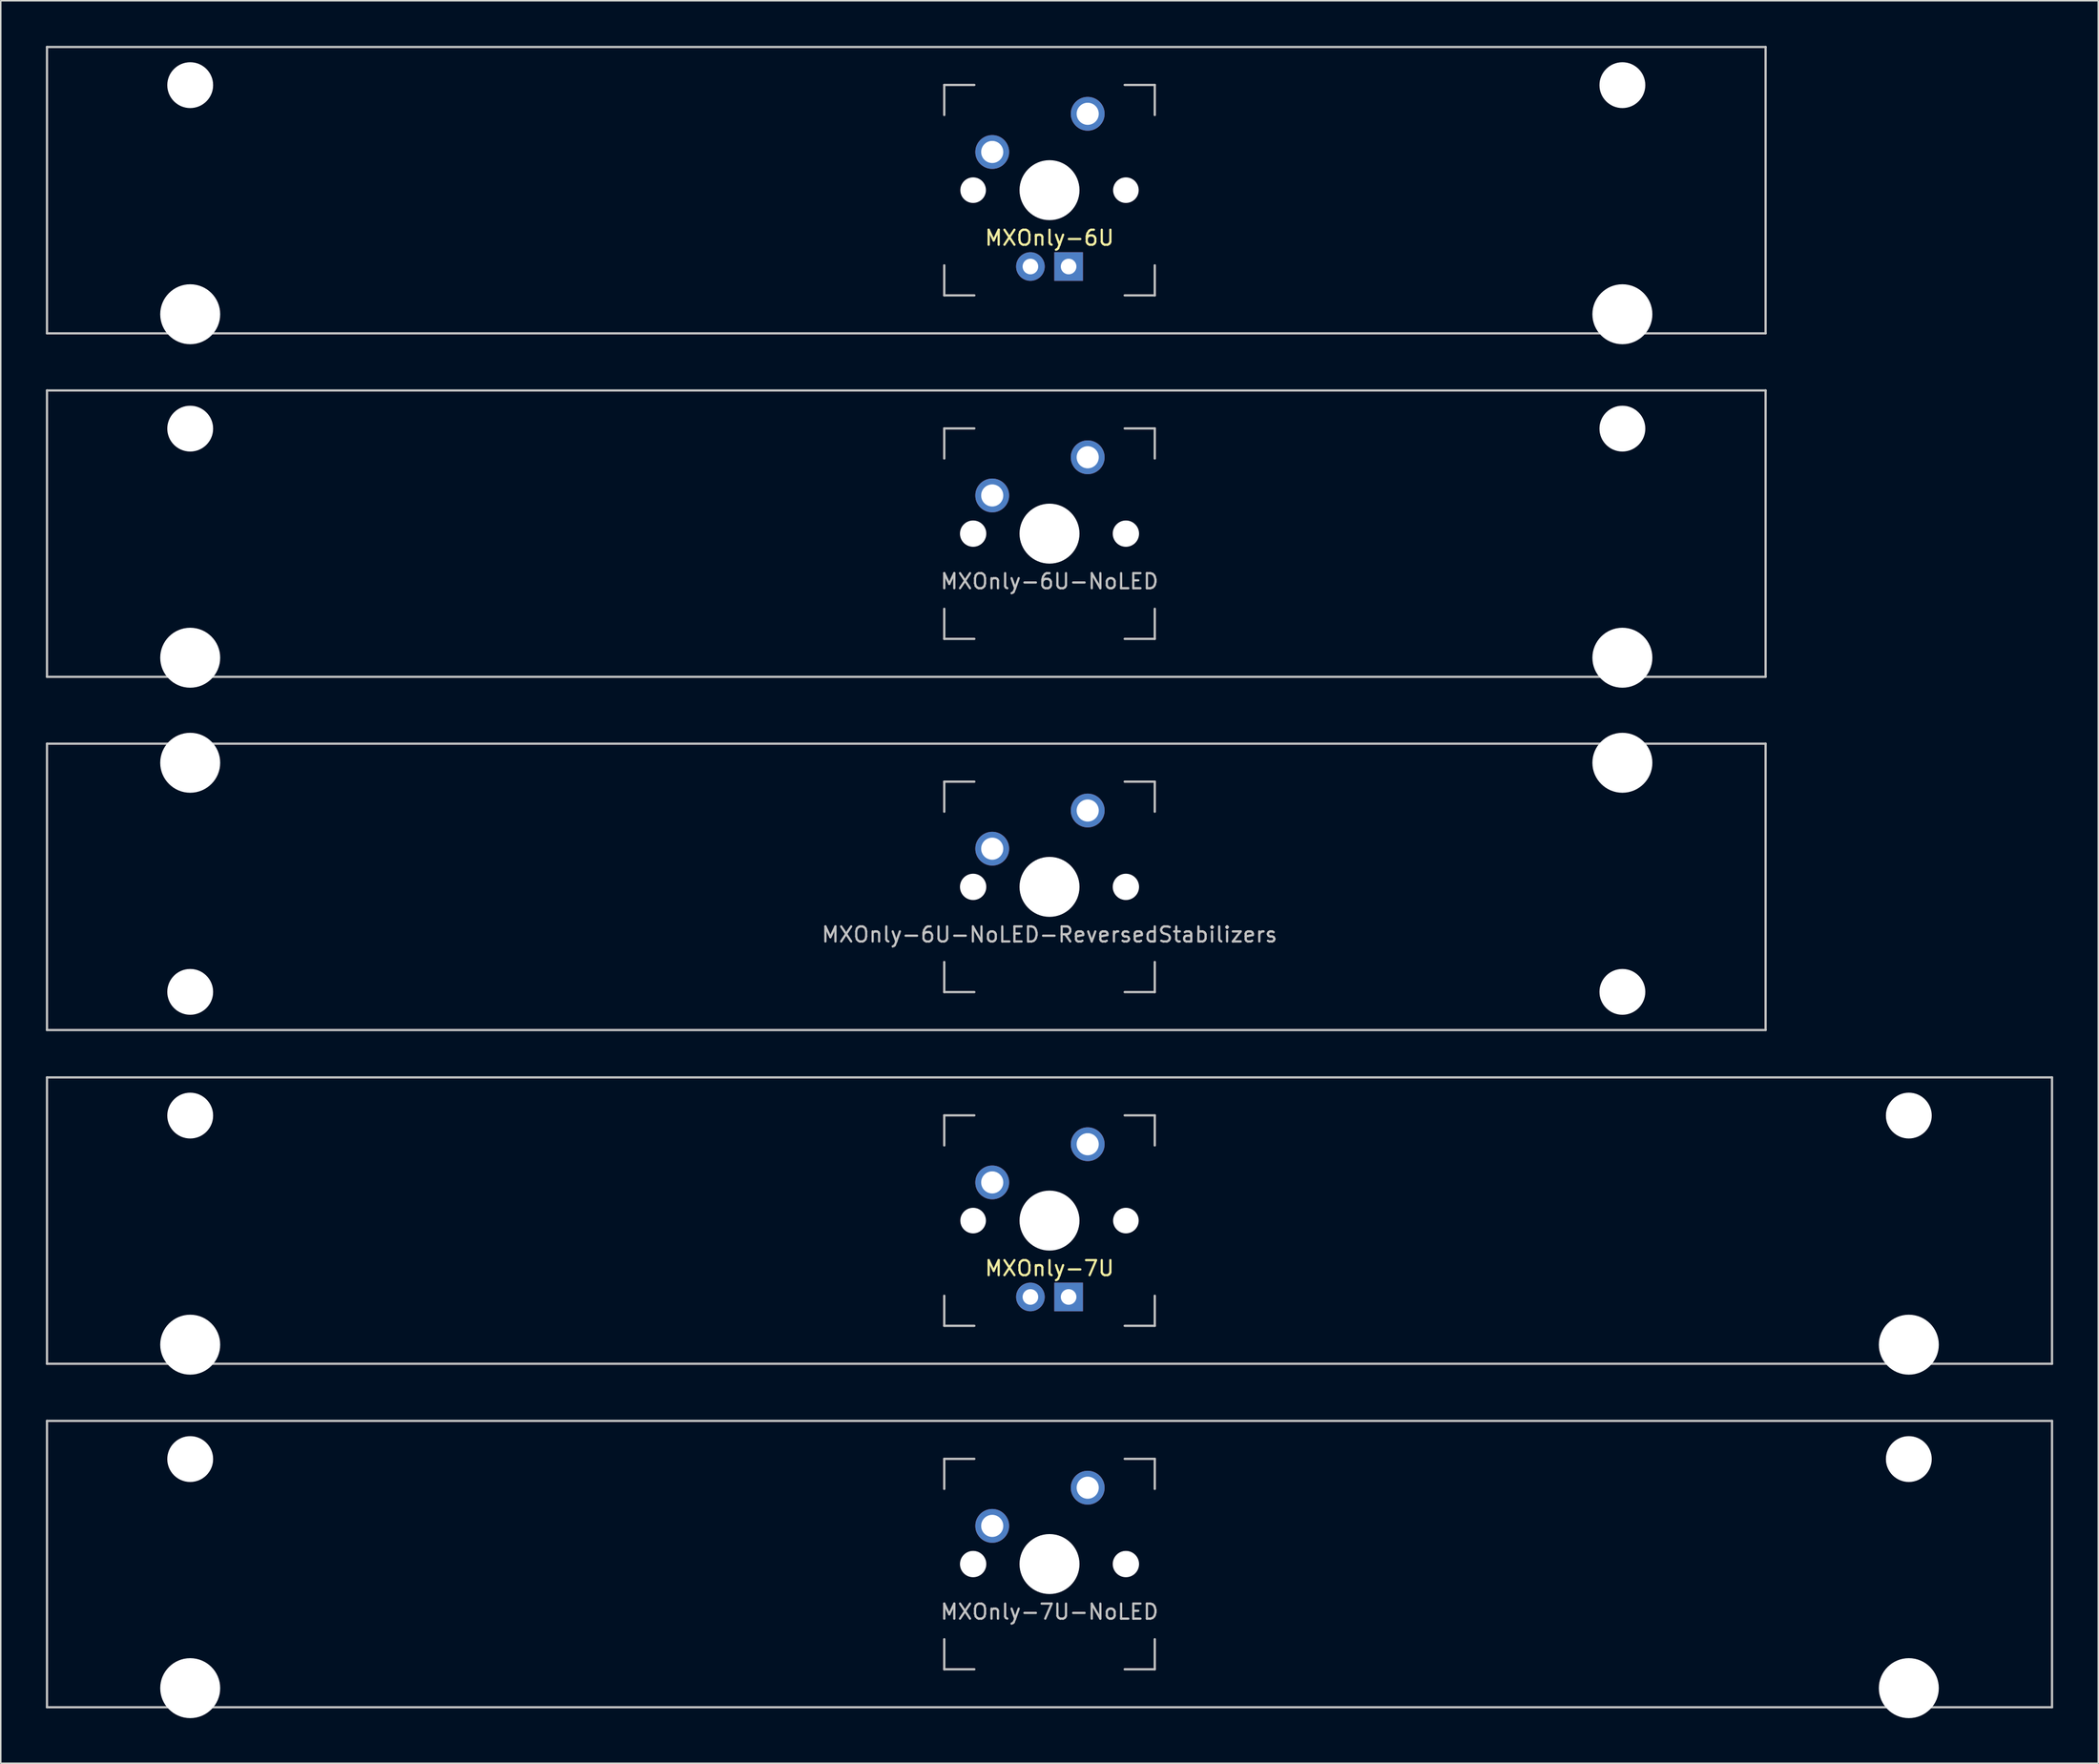
<source format=kicad_pcb>
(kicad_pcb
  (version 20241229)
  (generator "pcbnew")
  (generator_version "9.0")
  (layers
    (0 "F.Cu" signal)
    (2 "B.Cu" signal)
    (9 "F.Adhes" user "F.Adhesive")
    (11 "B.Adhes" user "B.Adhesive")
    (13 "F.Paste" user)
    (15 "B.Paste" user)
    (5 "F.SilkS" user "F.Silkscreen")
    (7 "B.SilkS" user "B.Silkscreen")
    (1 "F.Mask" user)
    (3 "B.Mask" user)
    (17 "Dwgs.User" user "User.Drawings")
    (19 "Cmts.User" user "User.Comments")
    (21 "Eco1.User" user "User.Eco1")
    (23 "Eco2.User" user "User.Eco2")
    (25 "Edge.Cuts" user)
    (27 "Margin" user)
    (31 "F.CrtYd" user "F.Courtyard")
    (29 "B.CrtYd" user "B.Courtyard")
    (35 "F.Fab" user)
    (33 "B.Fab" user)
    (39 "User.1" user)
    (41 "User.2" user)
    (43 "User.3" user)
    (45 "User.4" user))
  (footprint "MXOnly-6U-NoLED-ReversedStabilizers"
    (layer "F.Cu")
    (at 57.225 55.947)
    (property "Reference" "MXOnly-6U-NoLED-ReversedStabilizers" (at 9.525 3.175 0) (layer "Dwgs.User") (effects (font (size 1 1) (thickness 0.15))))
    (attr through_hole)
    (fp_line (start -57.15 -9.525) (end 57.15 -9.525) (stroke (width 0.15) (type solid)) (layer "Dwgs.User"))
    (fp_line (start -57.15 9.525) (end -57.15 -9.525) (stroke (width 0.15) (type solid)) (layer "Dwgs.User"))
    (fp_line (start -57.15 9.525) (end 57.15 9.525) (stroke (width 0.15) (type solid)) (layer "Dwgs.User"))
    (fp_line (start 2.525 -7) (end 2.525 -5) (stroke (width 0.15) (type solid)) (layer "Dwgs.User"))
    (fp_line (start 2.525 5) (end 2.525 7) (stroke (width 0.15) (type solid)) (layer "Dwgs.User"))
    (fp_line (start 2.525 7) (end 4.525 7) (stroke (width 0.15) (type solid)) (layer "Dwgs.User"))
    (fp_line (start 4.525 -7) (end 2.525 -7) (stroke (width 0.15) (type solid)) (layer "Dwgs.User"))
    (fp_line (start 14.525 -7) (end 16.525 -7) (stroke (width 0.15) (type solid)) (layer "Dwgs.User"))
    (fp_line (start 14.525 7) (end 16.525 7) (stroke (width 0.15) (type solid)) (layer "Dwgs.User"))
    (fp_line (start 16.525 -7) (end 16.525 -5) (stroke (width 0.15) (type solid)) (layer "Dwgs.User"))
    (fp_line (start 16.525 7) (end 16.525 5) (stroke (width 0.15) (type solid)) (layer "Dwgs.User"))
    (fp_line (start 57.15 -9.525) (end 57.15 9.525) (stroke (width 0.15) (type solid)) (layer "Dwgs.User"))
    (pad "" np_thru_hole circle (at -47.625 -8.255) (size 3.988 3.988) (drill 3.988) (layers "*.Cu" "*.Mask"))
    (pad "" np_thru_hole circle (at -47.625 6.985) (size 3.048 3.048) (drill 3.048) (layers "*.Cu" "*.Mask"))
    (pad "" np_thru_hole circle (at 4.445 0 48.1) (size 1.75 1.75) (drill 1.75) (layers "*.Cu" "*.Mask"))
    (pad "" np_thru_hole circle (at 9.525 0) (size 3.988 3.988) (drill 3.988) (layers "*.Cu" "*.Mask"))
    (pad "" np_thru_hole circle (at 14.605 0 48.1) (size 1.75 1.75) (drill 1.75) (layers "*.Cu" "*.Mask"))
    (pad "" np_thru_hole circle (at 47.625 -8.255) (size 3.988 3.988) (drill 3.988) (layers "*.Cu" "*.Mask"))
    (pad "" np_thru_hole circle (at 47.625 6.985) (size 3.048 3.048) (drill 3.048) (layers "*.Cu" "*.Mask"))
    (pad "1" thru_hole circle (at 5.715 -2.54) (size 2.25 2.25) (drill 1.47) (layers "*.Cu" "B.Mask"))
    (pad "2" thru_hole circle (at 12.065 -5.08) (size 2.25 2.25) (drill 1.47) (layers "*.Cu" "B.Mask")))
  (footprint "MXOnly-7U"
    (layer "F.Cu")
    (at 66.75 78.147)
    (property "Reference" "MXOnly-7U" (at 0 3.175 0) (layer "F.SilkS") (effects (font (size 1 1) (thickness 0.15))))
    (attr through_hole)
    (fp_line (start -66.675 -9.525) (end 66.675 -9.525) (stroke (width 0.15) (type solid)) (layer "Dwgs.User"))
    (fp_line (start -66.675 9.525) (end -66.675 -9.525) (stroke (width 0.15) (type solid)) (layer "Dwgs.User"))
    (fp_line (start -66.675 9.525) (end 66.675 9.525) (stroke (width 0.15) (type solid)) (layer "Dwgs.User"))
    (fp_line (start -7 -7) (end -7 -5) (stroke (width 0.15) (type solid)) (layer "Dwgs.User"))
    (fp_line (start -7 5) (end -7 7) (stroke (width 0.15) (type solid)) (layer "Dwgs.User"))
    (fp_line (start -7 7) (end -5 7) (stroke (width 0.15) (type solid)) (layer "Dwgs.User"))
    (fp_line (start -5 -7) (end -7 -7) (stroke (width 0.15) (type solid)) (layer "Dwgs.User"))
    (fp_line (start 5 -7) (end 7 -7) (stroke (width 0.15) (type solid)) (layer "Dwgs.User"))
    (fp_line (start 5 7) (end 7 7) (stroke (width 0.15) (type solid)) (layer "Dwgs.User"))
    (fp_line (start 7 -7) (end 7 -5) (stroke (width 0.15) (type solid)) (layer "Dwgs.User"))
    (fp_line (start 7 7) (end 7 5) (stroke (width 0.15) (type solid)) (layer "Dwgs.User"))
    (fp_line (start 66.675 -9.525) (end 66.675 9.525) (stroke (width 0.15) (type solid)) (layer "Dwgs.User"))
    (pad "" np_thru_hole circle (at -57.15 -6.985) (size 3.048 3.048) (drill 3.048) (layers "*.Cu" "*.Mask"))
    (pad "" np_thru_hole circle (at -57.15 8.255) (size 3.988 3.988) (drill 3.988) (layers "*.Cu" "*.Mask"))
    (pad "" np_thru_hole circle (at -5.08 0 48.1) (size 1.702 1.702) (drill 1.702) (layers "*.Cu" "*.Mask"))
    (pad "" np_thru_hole circle (at 0 0) (size 3.988 3.988) (drill 3.988) (layers "*.Cu" "*.Mask"))
    (pad "" np_thru_hole circle (at 5.08 0 48.1) (size 1.702 1.702) (drill 1.702) (layers "*.Cu" "*.Mask"))
    (pad "" np_thru_hole circle (at 57.15 -6.985) (size 3.048 3.048) (drill 3.048) (layers "*.Cu" "*.Mask"))
    (pad "" np_thru_hole circle (at 57.15 8.255) (size 3.988 3.988) (drill 3.988) (layers "*.Cu" "*.Mask"))
    (pad "1" thru_hole circle (at -3.81 -2.54) (size 2.25 2.25) (drill 1.47) (layers "*.Cu" "*.Mask"))
    (pad "2" thru_hole circle (at 2.54 -5.08) (size 2.25 2.25) (drill 1.47) (layers "*.Cu" "*.Mask"))
    (pad "3" thru_hole circle (at -1.27 5.08) (size 1.905 1.905) (drill 1.04) (layers "*.Cu" "*.Mask"))
    (pad "4" thru_hole rect (at 1.27 5.08) (size 1.905 1.905) (drill 1.04) (layers "*.Cu" "*.Mask")))
  (footprint "MXOnly-6U"
    (layer "F.Cu")
    (at 57.225 9.6)
    (property "Reference" "MXOnly-6U" (at 9.525 3.175 0) (layer "F.SilkS") (effects (font (size 1 1) (thickness 0.15))))
    (attr through_hole)
    (fp_line (start -57.15 -9.525) (end 57.15 -9.525) (stroke (width 0.15) (type solid)) (layer "Dwgs.User"))
    (fp_line (start -57.15 9.525) (end -57.15 -9.525) (stroke (width 0.15) (type solid)) (layer "Dwgs.User"))
    (fp_line (start -57.15 9.525) (end 57.15 9.525) (stroke (width 0.15) (type solid)) (layer "Dwgs.User"))
    (fp_line (start 2.525 -7) (end 2.525 -5) (stroke (width 0.15) (type solid)) (layer "Dwgs.User"))
    (fp_line (start 2.525 5) (end 2.525 7) (stroke (width 0.15) (type solid)) (layer "Dwgs.User"))
    (fp_line (start 2.525 7) (end 4.525 7) (stroke (width 0.15) (type solid)) (layer "Dwgs.User"))
    (fp_line (start 4.525 -7) (end 2.525 -7) (stroke (width 0.15) (type solid)) (layer "Dwgs.User"))
    (fp_line (start 14.525 -7) (end 16.525 -7) (stroke (width 0.15) (type solid)) (layer "Dwgs.User"))
    (fp_line (start 14.525 7) (end 16.525 7) (stroke (width 0.15) (type solid)) (layer "Dwgs.User"))
    (fp_line (start 16.525 -7) (end 16.525 -5) (stroke (width 0.15) (type solid)) (layer "Dwgs.User"))
    (fp_line (start 16.525 7) (end 16.525 5) (stroke (width 0.15) (type solid)) (layer "Dwgs.User"))
    (fp_line (start 57.15 -9.525) (end 57.15 9.525) (stroke (width 0.15) (type solid)) (layer "Dwgs.User"))
    (pad "" np_thru_hole circle (at -47.625 -6.985) (size 3.048 3.048) (drill 3.048) (layers "*.Cu" "*.Mask"))
    (pad "" np_thru_hole circle (at -47.625 8.255) (size 3.988 3.988) (drill 3.988) (layers "*.Cu" "*.Mask"))
    (pad "" np_thru_hole circle (at 4.445 0 48.1) (size 1.702 1.702) (drill 1.702) (layers "*.Cu" "*.Mask"))
    (pad "" np_thru_hole circle (at 9.525 0) (size 3.988 3.988) (drill 3.988) (layers "*.Cu" "*.Mask"))
    (pad "" np_thru_hole circle (at 14.605 0 48.1) (size 1.702 1.702) (drill 1.702) (layers "*.Cu" "*.Mask"))
    (pad "" np_thru_hole circle (at 47.625 -6.985) (size 3.048 3.048) (drill 3.048) (layers "*.Cu" "*.Mask"))
    (pad "" np_thru_hole circle (at 47.625 8.255) (size 3.988 3.988) (drill 3.988) (layers "*.Cu" "*.Mask"))
    (pad "1" thru_hole circle (at 5.715 -2.54) (size 2.25 2.25) (drill 1.47) (layers "*.Cu" "*.Mask"))
    (pad "2" thru_hole circle (at 12.065 -5.08) (size 2.25 2.25) (drill 1.47) (layers "*.Cu" "*.Mask"))
    (pad "3" thru_hole circle (at 8.255 5.08) (size 1.905 1.905) (drill 1.04) (layers "*.Cu" "*.Mask"))
    (pad "4" thru_hole rect (at 10.795 5.08) (size 1.905 1.905) (drill 1.04) (layers "*.Cu" "*.Mask")))
  (footprint "MXOnly-7U-NoLED"
    (layer "F.Cu")
    (at 66.75 100.996)
    (property "Reference" "MXOnly-7U-NoLED" (at 0 3.175 0) (layer "Dwgs.User") (effects (font (size 1 1) (thickness 0.15))))
    (attr through_hole)
    (fp_line (start -66.675 -9.525) (end 66.675 -9.525) (stroke (width 0.15) (type solid)) (layer "Dwgs.User"))
    (fp_line (start -66.675 9.525) (end -66.675 -9.525) (stroke (width 0.15) (type solid)) (layer "Dwgs.User"))
    (fp_line (start -66.675 9.525) (end 66.675 9.525) (stroke (width 0.15) (type solid)) (layer "Dwgs.User"))
    (fp_line (start -7 -7) (end -7 -5) (stroke (width 0.15) (type solid)) (layer "Dwgs.User"))
    (fp_line (start -7 5) (end -7 7) (stroke (width 0.15) (type solid)) (layer "Dwgs.User"))
    (fp_line (start -7 7) (end -5 7) (stroke (width 0.15) (type solid)) (layer "Dwgs.User"))
    (fp_line (start -5 -7) (end -7 -7) (stroke (width 0.15) (type solid)) (layer "Dwgs.User"))
    (fp_line (start 5 -7) (end 7 -7) (stroke (width 0.15) (type solid)) (layer "Dwgs.User"))
    (fp_line (start 5 7) (end 7 7) (stroke (width 0.15) (type solid)) (layer "Dwgs.User"))
    (fp_line (start 7 -7) (end 7 -5) (stroke (width 0.15) (type solid)) (layer "Dwgs.User"))
    (fp_line (start 7 7) (end 7 5) (stroke (width 0.15) (type solid)) (layer "Dwgs.User"))
    (fp_line (start 66.675 -9.525) (end 66.675 9.525) (stroke (width 0.15) (type solid)) (layer "Dwgs.User"))
    (pad "" np_thru_hole circle (at -57.15 -6.985) (size 3.048 3.048) (drill 3.048) (layers "*.Cu" "*.Mask"))
    (pad "" np_thru_hole circle (at -57.15 8.255) (size 3.988 3.988) (drill 3.988) (layers "*.Cu" "*.Mask"))
    (pad "" np_thru_hole circle (at -5.08 0 48.1) (size 1.75 1.75) (drill 1.75) (layers "*.Cu" "*.Mask"))
    (pad "" np_thru_hole circle (at 0 0) (size 3.988 3.988) (drill 3.988) (layers "*.Cu" "*.Mask"))
    (pad "" np_thru_hole circle (at 5.08 0 48.1) (size 1.75 1.75) (drill 1.75) (layers "*.Cu" "*.Mask"))
    (pad "" np_thru_hole circle (at 57.15 -6.985) (size 3.048 3.048) (drill 3.048) (layers "*.Cu" "*.Mask"))
    (pad "" np_thru_hole circle (at 57.15 8.255) (size 3.988 3.988) (drill 3.988) (layers "*.Cu" "*.Mask"))
    (pad "1" thru_hole circle (at -3.81 -2.54) (size 2.25 2.25) (drill 1.47) (layers "*.Cu" "B.Mask"))
    (pad "2" thru_hole circle (at 2.54 -5.08) (size 2.25 2.25) (drill 1.47) (layers "*.Cu" "B.Mask")))
  (footprint "MXOnly-6U-NoLED"
    (layer "F.Cu")
    (at 57.225 32.449)
    (property "Reference" "MXOnly-6U-NoLED" (at 9.525 3.175 0) (layer "Dwgs.User") (effects (font (size 1 1) (thickness 0.15))))
    (attr through_hole)
    (fp_line (start -57.15 -9.525) (end 57.15 -9.525) (stroke (width 0.15) (type solid)) (layer "Dwgs.User"))
    (fp_line (start -57.15 9.525) (end -57.15 -9.525) (stroke (width 0.15) (type solid)) (layer "Dwgs.User"))
    (fp_line (start -57.15 9.525) (end 57.15 9.525) (stroke (width 0.15) (type solid)) (layer "Dwgs.User"))
    (fp_line (start 2.525 -7) (end 2.525 -5) (stroke (width 0.15) (type solid)) (layer "Dwgs.User"))
    (fp_line (start 2.525 5) (end 2.525 7) (stroke (width 0.15) (type solid)) (layer "Dwgs.User"))
    (fp_line (start 2.525 7) (end 4.525 7) (stroke (width 0.15) (type solid)) (layer "Dwgs.User"))
    (fp_line (start 4.525 -7) (end 2.525 -7) (stroke (width 0.15) (type solid)) (layer "Dwgs.User"))
    (fp_line (start 14.525 -7) (end 16.525 -7) (stroke (width 0.15) (type solid)) (layer "Dwgs.User"))
    (fp_line (start 14.525 7) (end 16.525 7) (stroke (width 0.15) (type solid)) (layer "Dwgs.User"))
    (fp_line (start 16.525 -7) (end 16.525 -5) (stroke (width 0.15) (type solid)) (layer "Dwgs.User"))
    (fp_line (start 16.525 7) (end 16.525 5) (stroke (width 0.15) (type solid)) (layer "Dwgs.User"))
    (fp_line (start 57.15 -9.525) (end 57.15 9.525) (stroke (width 0.15) (type solid)) (layer "Dwgs.User"))
    (pad "" np_thru_hole circle (at -47.625 -6.985) (size 3.048 3.048) (drill 3.048) (layers "*.Cu" "*.Mask"))
    (pad "" np_thru_hole circle (at -47.625 8.255) (size 3.988 3.988) (drill 3.988) (layers "*.Cu" "*.Mask"))
    (pad "" np_thru_hole circle (at 4.445 0 48.1) (size 1.75 1.75) (drill 1.75) (layers "*.Cu" "*.Mask"))
    (pad "" np_thru_hole circle (at 9.525 0) (size 3.988 3.988) (drill 3.988) (layers "*.Cu" "*.Mask"))
    (pad "" np_thru_hole circle (at 14.605 0 48.1) (size 1.75 1.75) (drill 1.75) (layers "*.Cu" "*.Mask"))
    (pad "" np_thru_hole circle (at 47.625 -6.985) (size 3.048 3.048) (drill 3.048) (layers "*.Cu" "*.Mask"))
    (pad "" np_thru_hole circle (at 47.625 8.255) (size 3.988 3.988) (drill 3.988) (layers "*.Cu" "*.Mask"))
    (pad "1" thru_hole circle (at 5.715 -2.54) (size 2.25 2.25) (drill 1.47) (layers "*.Cu" "B.Mask"))
    (pad "2" thru_hole circle (at 12.065 -5.08) (size 2.25 2.25) (drill 1.47) (layers "*.Cu" "B.Mask")))
  (gr_rect
    (start -3 -3)
    (end 136.5 114.245)
    (stroke (width 0.1) (type default))
    (fill no)
    (layer "Edge.Cuts")))
</source>
